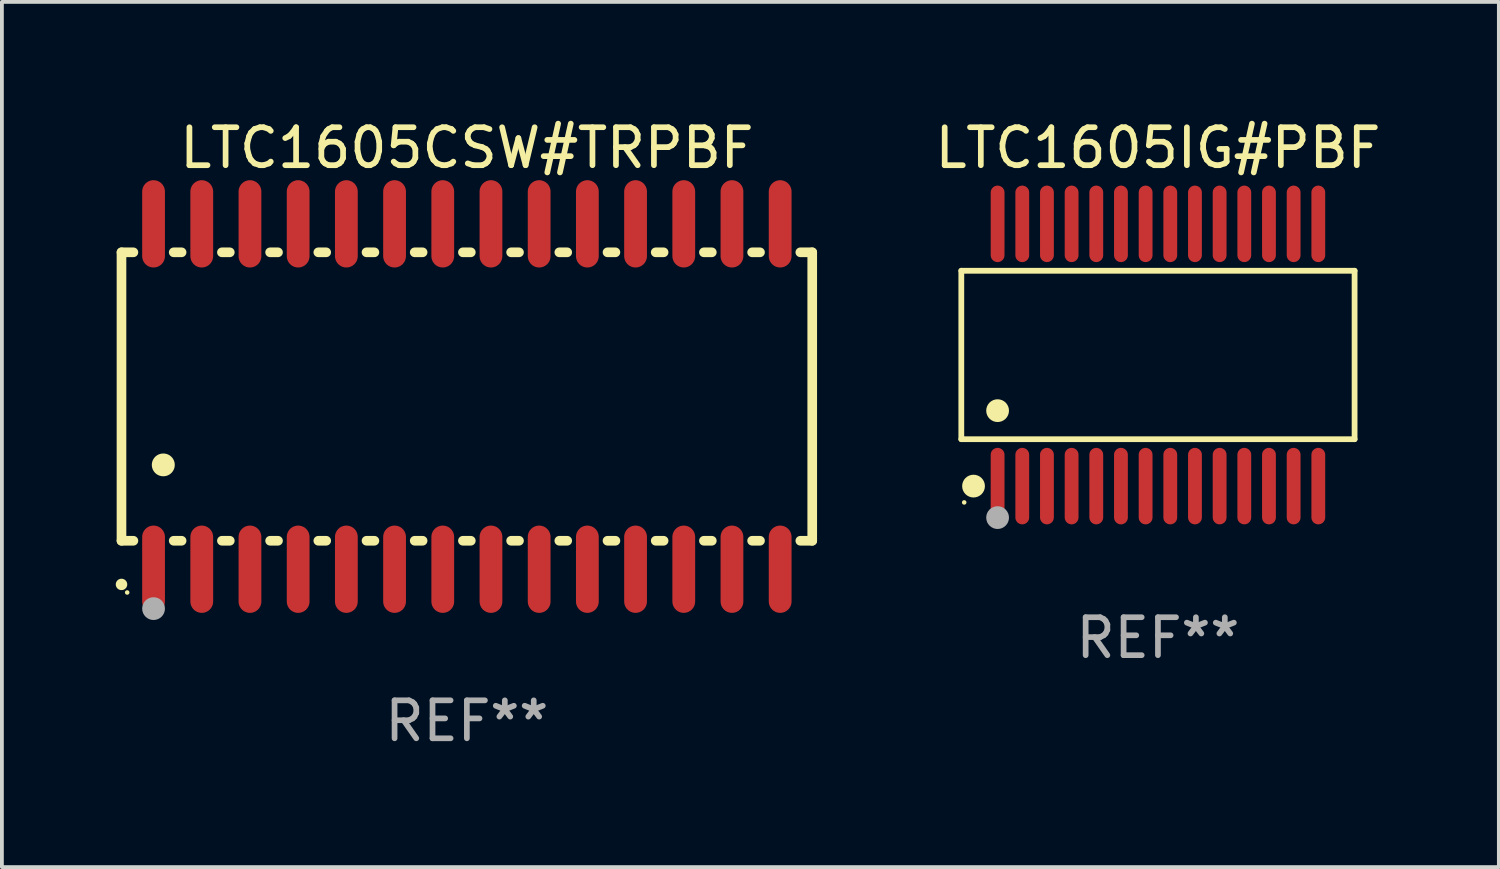
<source format=kicad_pcb>
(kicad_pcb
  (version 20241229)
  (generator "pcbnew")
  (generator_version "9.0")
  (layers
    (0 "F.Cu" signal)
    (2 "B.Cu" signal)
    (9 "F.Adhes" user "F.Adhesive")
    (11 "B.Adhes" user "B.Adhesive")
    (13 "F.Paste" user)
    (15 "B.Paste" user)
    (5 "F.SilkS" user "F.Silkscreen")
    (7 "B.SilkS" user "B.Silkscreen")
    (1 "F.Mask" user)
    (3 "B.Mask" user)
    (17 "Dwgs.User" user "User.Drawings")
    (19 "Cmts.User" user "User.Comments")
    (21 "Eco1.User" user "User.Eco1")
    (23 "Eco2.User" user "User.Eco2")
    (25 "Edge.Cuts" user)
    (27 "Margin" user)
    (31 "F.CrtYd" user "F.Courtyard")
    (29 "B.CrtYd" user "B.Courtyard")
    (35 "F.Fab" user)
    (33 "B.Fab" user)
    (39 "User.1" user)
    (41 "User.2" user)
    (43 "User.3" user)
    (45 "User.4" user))
  (footprint "LTC1605IG#PBF"
    (layer "F.Cu")
    (at 27.46 6.303)
    (property "Reference" "LTC1605IG#PBF" (at 0 -5.455 0) (layer "F.SilkS") (effects (font (size 1 1) (thickness 0.15))))
    (attr through_hole)
    (fp_line (start -5.181 -2.219) (end 5.181 -2.219) (stroke (width 0.152) (type solid)) (layer "F.SilkS"))
    (fp_line (start -5.181 2.219) (end -5.181 -2.219) (stroke (width 0.152) (type solid)) (layer "F.SilkS"))
    (fp_line (start 5.181 -2.219) (end 5.181 2.219) (stroke (width 0.152) (type solid)) (layer "F.SilkS"))
    (fp_line (start 5.181 2.219) (end -5.181 2.219) (stroke (width 0.152) (type solid)) (layer "F.SilkS"))
    (fp_circle (center -5.105 3.885) (end -5.075 3.885) (stroke (width 0.06) (type solid)) (fill no) (layer "F.SilkS"))
    (fp_circle (center -4.859 3.455) (end -4.709 3.455) (stroke (width 0.3) (type solid)) (fill no) (layer "F.SilkS"))
    (fp_circle (center -4.225 1.467) (end -4.075 1.467) (stroke (width 0.3) (type solid)) (fill no) (layer "F.SilkS"))
    (fp_circle (center -4.225 4.285) (end -4.075 4.285) (stroke (width 0.3) (type solid)) (fill no) (layer "F.Fab"))
    (fp_text user "REF**" (at 0 7.455 0) (layer "F.Fab") (effects (font (size 1 1) (thickness 0.15))))
    (pad "1" smd oval (at -4.225 3.455) (size 0.364 2.015) (layers "F.Cu" "F.Mask" "F.Paste"))
    (pad "2" smd oval (at -3.575 3.455) (size 0.364 2.015) (layers "F.Cu" "F.Mask" "F.Paste"))
    (pad "3" smd oval (at -2.925 3.455) (size 0.364 2.015) (layers "F.Cu" "F.Mask" "F.Paste"))
    (pad "4" smd oval (at -2.275 3.455) (size 0.364 2.015) (layers "F.Cu" "F.Mask" "F.Paste"))
    (pad "5" smd oval (at -1.625 3.455) (size 0.364 2.015) (layers "F.Cu" "F.Mask" "F.Paste"))
    (pad "6" smd oval (at -0.975 3.455) (size 0.364 2.015) (layers "F.Cu" "F.Mask" "F.Paste"))
    (pad "7" smd oval (at -0.325 3.455) (size 0.364 2.015) (layers "F.Cu" "F.Mask" "F.Paste"))
    (pad "8" smd oval (at 0.325 3.455) (size 0.364 2.015) (layers "F.Cu" "F.Mask" "F.Paste"))
    (pad "9" smd oval (at 0.975 3.455) (size 0.364 2.015) (layers "F.Cu" "F.Mask" "F.Paste"))
    (pad "10" smd oval (at 1.625 3.455) (size 0.364 2.015) (layers "F.Cu" "F.Mask" "F.Paste"))
    (pad "11" smd oval (at 2.275 3.455) (size 0.364 2.015) (layers "F.Cu" "F.Mask" "F.Paste"))
    (pad "12" smd oval (at 2.925 3.455) (size 0.364 2.015) (layers "F.Cu" "F.Mask" "F.Paste"))
    (pad "13" smd oval (at 3.575 3.455) (size 0.364 2.015) (layers "F.Cu" "F.Mask" "F.Paste"))
    (pad "14" smd oval (at 4.225 3.455) (size 0.364 2.015) (layers "F.Cu" "F.Mask" "F.Paste"))
    (pad "15" smd oval (at 4.225 -3.455) (size 0.364 2.015) (layers "F.Cu" "F.Mask" "F.Paste"))
    (pad "16" smd oval (at 3.575 -3.455) (size 0.364 2.015) (layers "F.Cu" "F.Mask" "F.Paste"))
    (pad "17" smd oval (at 2.925 -3.455) (size 0.364 2.015) (layers "F.Cu" "F.Mask" "F.Paste"))
    (pad "18" smd oval (at 2.275 -3.455) (size 0.364 2.015) (layers "F.Cu" "F.Mask" "F.Paste"))
    (pad "19" smd oval (at 1.625 -3.455) (size 0.364 2.015) (layers "F.Cu" "F.Mask" "F.Paste"))
    (pad "20" smd oval (at 0.975 -3.455) (size 0.364 2.015) (layers "F.Cu" "F.Mask" "F.Paste"))
    (pad "21" smd oval (at 0.325 -3.455) (size 0.364 2.015) (layers "F.Cu" "F.Mask" "F.Paste"))
    (pad "22" smd oval (at -0.325 -3.455) (size 0.364 2.015) (layers "F.Cu" "F.Mask" "F.Paste"))
    (pad "23" smd oval (at -0.975 -3.455) (size 0.364 2.015) (layers "F.Cu" "F.Mask" "F.Paste"))
    (pad "24" smd oval (at -1.625 -3.455) (size 0.364 2.015) (layers "F.Cu" "F.Mask" "F.Paste"))
    (pad "25" smd oval (at -2.275 -3.455) (size 0.364 2.015) (layers "F.Cu" "F.Mask" "F.Paste"))
    (pad "26" smd oval (at -2.925 -3.455) (size 0.364 2.015) (layers "F.Cu" "F.Mask" "F.Paste"))
    (pad "27" smd oval (at -3.575 -3.455) (size 0.364 2.015) (layers "F.Cu" "F.Mask" "F.Paste"))
    (pad "28" smd oval (at -4.225 -3.455) (size 0.364 2.015) (layers "F.Cu" "F.Mask" "F.Paste")))
  (footprint "LTC1605CSW#TRPBF"
    (layer "F.Cu")
    (at 9.251 7.398)
    (property "Reference" "LTC1605CSW#TRPBF" (at 0 -6.55 0) (layer "F.SilkS") (effects (font (size 1 1) (thickness 0.15))))
    (attr through_hole)
    (fp_line (start -9.1 -3.8) (end -9.1 3.8) (stroke (width 0.254) (type solid)) (layer "F.SilkS"))
    (fp_line (start -9.1 -3.8) (end -8.786 -3.8) (stroke (width 0.254) (type solid)) (layer "F.SilkS"))
    (fp_line (start -9.1 3.8) (end -8.786 3.8) (stroke (width 0.254) (type solid)) (layer "F.SilkS"))
    (fp_line (start -7.724 -3.8) (end -7.516 -3.8) (stroke (width 0.254) (type solid)) (layer "F.SilkS"))
    (fp_line (start -7.724 3.8) (end -7.516 3.8) (stroke (width 0.254) (type solid)) (layer "F.SilkS"))
    (fp_line (start -6.454 -3.8) (end -6.246 -3.8) (stroke (width 0.254) (type solid)) (layer "F.SilkS"))
    (fp_line (start -6.454 3.8) (end -6.246 3.8) (stroke (width 0.254) (type solid)) (layer "F.SilkS"))
    (fp_line (start -5.184 -3.8) (end -4.976 -3.8) (stroke (width 0.254) (type solid)) (layer "F.SilkS"))
    (fp_line (start -5.184 3.8) (end -4.976 3.8) (stroke (width 0.254) (type solid)) (layer "F.SilkS"))
    (fp_line (start -3.914 -3.8) (end -3.706 -3.8) (stroke (width 0.254) (type solid)) (layer "F.SilkS"))
    (fp_line (start -3.914 3.8) (end -3.706 3.8) (stroke (width 0.254) (type solid)) (layer "F.SilkS"))
    (fp_line (start -2.644 -3.8) (end -2.436 -3.8) (stroke (width 0.254) (type solid)) (layer "F.SilkS"))
    (fp_line (start -2.644 3.8) (end -2.436 3.8) (stroke (width 0.254) (type solid)) (layer "F.SilkS"))
    (fp_line (start -1.374 -3.8) (end -1.166 -3.8) (stroke (width 0.254) (type solid)) (layer "F.SilkS"))
    (fp_line (start -1.374 3.8) (end -1.166 3.8) (stroke (width 0.254) (type solid)) (layer "F.SilkS"))
    (fp_line (start -0.104 -3.8) (end 0.104 -3.8) (stroke (width 0.254) (type solid)) (layer "F.SilkS"))
    (fp_line (start -0.104 3.8) (end 0.104 3.8) (stroke (width 0.254) (type solid)) (layer "F.SilkS"))
    (fp_line (start 1.166 -3.8) (end 1.374 -3.8) (stroke (width 0.254) (type solid)) (layer "F.SilkS"))
    (fp_line (start 1.166 3.8) (end 1.374 3.8) (stroke (width 0.254) (type solid)) (layer "F.SilkS"))
    (fp_line (start 2.436 -3.8) (end 2.644 -3.8) (stroke (width 0.254) (type solid)) (layer "F.SilkS"))
    (fp_line (start 2.436 3.8) (end 2.644 3.8) (stroke (width 0.254) (type solid)) (layer "F.SilkS"))
    (fp_line (start 3.706 -3.8) (end 3.914 -3.8) (stroke (width 0.254) (type solid)) (layer "F.SilkS"))
    (fp_line (start 3.706 3.8) (end 3.914 3.8) (stroke (width 0.254) (type solid)) (layer "F.SilkS"))
    (fp_line (start 4.976 -3.8) (end 5.184 -3.8) (stroke (width 0.254) (type solid)) (layer "F.SilkS"))
    (fp_line (start 4.976 3.8) (end 5.184 3.8) (stroke (width 0.254) (type solid)) (layer "F.SilkS"))
    (fp_line (start 6.246 -3.8) (end 6.454 -3.8) (stroke (width 0.254) (type solid)) (layer "F.SilkS"))
    (fp_line (start 6.246 3.8) (end 6.454 3.8) (stroke (width 0.254) (type solid)) (layer "F.SilkS"))
    (fp_line (start 7.516 -3.8) (end 7.724 -3.8) (stroke (width 0.254) (type solid)) (layer "F.SilkS"))
    (fp_line (start 7.516 3.8) (end 7.724 3.8) (stroke (width 0.254) (type solid)) (layer "F.SilkS"))
    (fp_line (start 8.786 -3.8) (end 9.1 -3.8) (stroke (width 0.254) (type solid)) (layer "F.SilkS"))
    (fp_line (start 8.786 3.8) (end 9.1 3.8) (stroke (width 0.254) (type solid)) (layer "F.SilkS"))
    (fp_line (start 9.1 -3.8) (end 9.1 3.8) (stroke (width 0.254) (type solid)) (layer "F.SilkS"))
    (fp_arc (start -9.100864 4.95047) (mid -9.099594 4.950465) (end -9.098324 4.95047) (stroke (width 0.3) (type solid)) (layer "F.SilkS"))
    (fp_arc (start -8.001041 1.800864) (mid -7.998501 1.800853) (end -7.995961 1.800864) (stroke (width 0.6) (type solid)) (layer "F.SilkS"))
    (fp_circle (center -8.95 5.163) (end -8.92 5.163) (stroke (width 0.06) (type solid)) (fill no) (layer "F.SilkS"))
    (fp_circle (center -8.255 5.588) (end -8.105 5.588) (stroke (width 0.3) (type solid)) (fill no) (layer "F.Fab"))
    (fp_text user "REF**" (at 0 8.55 0) (layer "F.Fab") (effects (font (size 1 1) (thickness 0.15))))
    (pad "1" smd oval (at -8.255 4.55 180) (size 0.6 2.3) (layers "F.Cu" "F.Mask" "F.Paste"))
    (pad "2" smd oval (at -6.985 4.55 180) (size 0.6 2.3) (layers "F.Cu" "F.Mask" "F.Paste"))
    (pad "3" smd oval (at -5.715 4.55 180) (size 0.6 2.3) (layers "F.Cu" "F.Mask" "F.Paste"))
    (pad "4" smd oval (at -4.445 4.55 180) (size 0.6 2.3) (layers "F.Cu" "F.Mask" "F.Paste"))
    (pad "5" smd oval (at -3.175 4.55 180) (size 0.6 2.3) (layers "F.Cu" "F.Mask" "F.Paste"))
    (pad "6" smd oval (at -1.905 4.55 180) (size 0.6 2.3) (layers "F.Cu" "F.Mask" "F.Paste"))
    (pad "7" smd oval (at -0.635 4.55 180) (size 0.6 2.3) (layers "F.Cu" "F.Mask" "F.Paste"))
    (pad "8" smd oval (at 0.635 4.55 180) (size 0.6 2.3) (layers "F.Cu" "F.Mask" "F.Paste"))
    (pad "9" smd oval (at 1.905 4.55 180) (size 0.6 2.3) (layers "F.Cu" "F.Mask" "F.Paste"))
    (pad "10" smd oval (at 3.175 4.55 180) (size 0.6 2.3) (layers "F.Cu" "F.Mask" "F.Paste"))
    (pad "11" smd oval (at 4.445 4.55 180) (size 0.6 2.3) (layers "F.Cu" "F.Mask" "F.Paste"))
    (pad "12" smd oval (at 5.715 4.55 180) (size 0.6 2.3) (layers "F.Cu" "F.Mask" "F.Paste"))
    (pad "13" smd oval (at 6.985 4.55 180) (size 0.6 2.3) (layers "F.Cu" "F.Mask" "F.Paste"))
    (pad "14" smd oval (at 8.255 4.55 180) (size 0.6 2.3) (layers "F.Cu" "F.Mask" "F.Paste"))
    (pad "15" smd oval (at 8.255 -4.55 180) (size 0.6 2.3) (layers "F.Cu" "F.Mask" "F.Paste"))
    (pad "16" smd oval (at 6.985 -4.55 180) (size 0.6 2.3) (layers "F.Cu" "F.Mask" "F.Paste"))
    (pad "17" smd oval (at 5.715 -4.55 180) (size 0.6 2.3) (layers "F.Cu" "F.Mask" "F.Paste"))
    (pad "18" smd oval (at 4.445 -4.55 180) (size 0.6 2.3) (layers "F.Cu" "F.Mask" "F.Paste"))
    (pad "19" smd oval (at 3.175 -4.55 180) (size 0.6 2.3) (layers "F.Cu" "F.Mask" "F.Paste"))
    (pad "20" smd oval (at 1.905 -4.55 180) (size 0.6 2.3) (layers "F.Cu" "F.Mask" "F.Paste"))
    (pad "21" smd oval (at 0.635 -4.55 180) (size 0.6 2.3) (layers "F.Cu" "F.Mask" "F.Paste"))
    (pad "22" smd oval (at -0.635 -4.55 180) (size 0.6 2.3) (layers "F.Cu" "F.Mask" "F.Paste"))
    (pad "23" smd oval (at -1.905 -4.55 180) (size 0.6 2.3) (layers "F.Cu" "F.Mask" "F.Paste"))
    (pad "24" smd oval (at -3.175 -4.55 180) (size 0.6 2.3) (layers "F.Cu" "F.Mask" "F.Paste"))
    (pad "25" smd oval (at -4.445 -4.55 180) (size 0.6 2.3) (layers "F.Cu" "F.Mask" "F.Paste"))
    (pad "26" smd oval (at -5.715 -4.55 180) (size 0.6 2.3) (layers "F.Cu" "F.Mask" "F.Paste"))
    (pad "27" smd oval (at -6.985 -4.55 180) (size 0.6 2.3) (layers "F.Cu" "F.Mask" "F.Paste"))
    (pad "28" smd oval (at -8.255 -4.55 180) (size 0.6 2.3) (layers "F.Cu" "F.Mask" "F.Paste")))
  (gr_rect
    (start -3 -3)
    (end 36.442 19.796)
    (stroke (width 0.1) (type default))
    (fill no)
    (layer "Edge.Cuts")))
</source>
